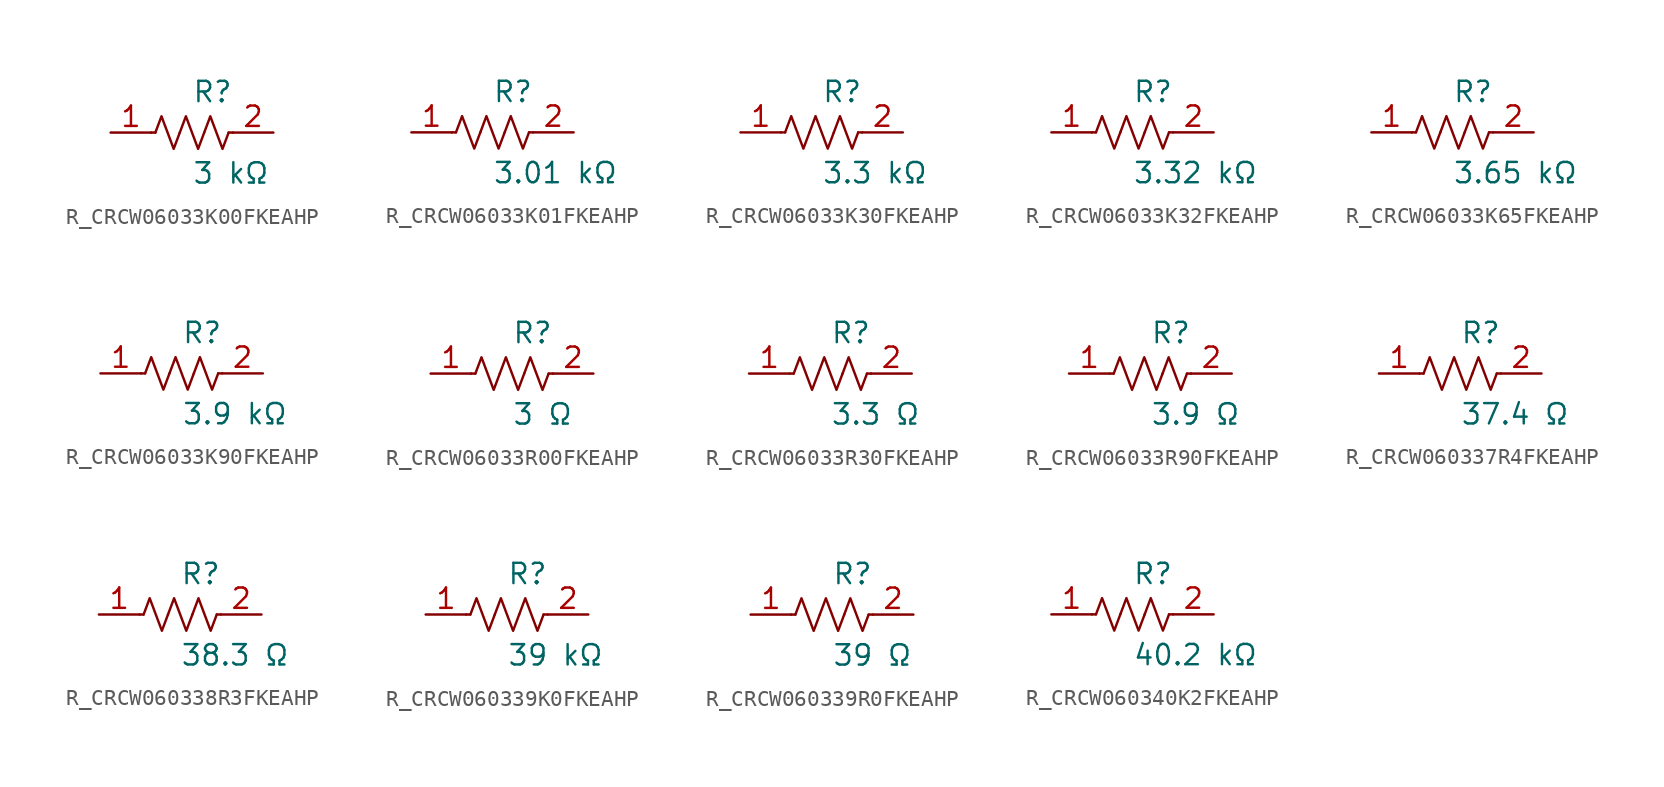
<source format=kicad_sym>
(kicad_symbol_lib
  (version 20231120)
  (generator kicad_symbol_editor)
  (generator_version 8.0)
  (symbol "R_CRCW06033K00FKEAHP"
    (pin_names
      (offset 0.254))
    (property "Reference" "R"
      (at 0.0 2.54 0)
      (effects (font (size 1.27 1.27)) (justify left)))
    (property "Value" "3 kΩ"
      (at 0.0 -2.54 0)
      (effects (font (size 1.27 1.27)) (justify left)))
    (symbol "R_CRCW06033K00FKEAHP_0_1"
      (polyline (pts (xy 2.286 0) (xy 2.54 0)) (stroke (width 0) (type default)) (fill (type none)))
      (polyline (pts (xy -2.286 0) (xy -2.54 0)) (stroke (width 0) (type default)) (fill (type none)))
      (polyline (pts (xy 0.762 0) (xy 1.143 1.016) (xy 1.524 0) (xy 1.905 -1.016) (xy 2.286 0)) (stroke (width 0) (type default)) (fill (type none)))
      (polyline (pts (xy -0.762 0) (xy -0.381 1.016) (xy 0 0) (xy 0.381 -1.016) (xy 0.762 0)) (stroke (width 0) (type default)) (fill (type none)))
      (polyline (pts (xy -2.286 0) (xy -1.905 1.016) (xy -1.524 0) (xy -1.143 -1.016) (xy -0.762 0)) (stroke (width 0) (type default)) (fill (type none))))
    (pin unspecified line
      (at -5.08 0 0)
      (length 2.54)
      (name "" (effects (font (size 1.27 1.27))))
      (number "1" (effects (font (size 1.27 1.27)))))
    (pin unspecified line
      (at 5.08 0 180)
      (length 2.54)
      (name "" (effects (font (size 1.27 1.27))))
      (number "2" (effects (font (size 1.27 1.27))))))
  (symbol "R_CRCW06033K01FKEAHP"
    (pin_names
      (offset 0.254))
    (property "Reference" "R"
      (at 0.0 2.54 0)
      (effects (font (size 1.27 1.27)) (justify left)))
    (property "Value" "3.01 kΩ"
      (at 0.0 -2.54 0)
      (effects (font (size 1.27 1.27)) (justify left)))
    (symbol "R_CRCW06033K01FKEAHP_0_1"
      (polyline (pts (xy 2.286 0) (xy 2.54 0)) (stroke (width 0) (type default)) (fill (type none)))
      (polyline (pts (xy -2.286 0) (xy -2.54 0)) (stroke (width 0) (type default)) (fill (type none)))
      (polyline (pts (xy 0.762 0) (xy 1.143 1.016) (xy 1.524 0) (xy 1.905 -1.016) (xy 2.286 0)) (stroke (width 0) (type default)) (fill (type none)))
      (polyline (pts (xy -0.762 0) (xy -0.381 1.016) (xy 0 0) (xy 0.381 -1.016) (xy 0.762 0)) (stroke (width 0) (type default)) (fill (type none)))
      (polyline (pts (xy -2.286 0) (xy -1.905 1.016) (xy -1.524 0) (xy -1.143 -1.016) (xy -0.762 0)) (stroke (width 0) (type default)) (fill (type none))))
    (pin unspecified line
      (at -5.08 0 0)
      (length 2.54)
      (name "" (effects (font (size 1.27 1.27))))
      (number "1" (effects (font (size 1.27 1.27)))))
    (pin unspecified line
      (at 5.08 0 180)
      (length 2.54)
      (name "" (effects (font (size 1.27 1.27))))
      (number "2" (effects (font (size 1.27 1.27))))))
  (symbol "R_CRCW06033K30FKEAHP"
    (pin_names
      (offset 0.254))
    (property "Reference" "R"
      (at 0.0 2.54 0)
      (effects (font (size 1.27 1.27)) (justify left)))
    (property "Value" "3.3 kΩ"
      (at 0.0 -2.54 0)
      (effects (font (size 1.27 1.27)) (justify left)))
    (symbol "R_CRCW06033K30FKEAHP_0_1"
      (polyline (pts (xy 2.286 0) (xy 2.54 0)) (stroke (width 0) (type default)) (fill (type none)))
      (polyline (pts (xy -2.286 0) (xy -2.54 0)) (stroke (width 0) (type default)) (fill (type none)))
      (polyline (pts (xy 0.762 0) (xy 1.143 1.016) (xy 1.524 0) (xy 1.905 -1.016) (xy 2.286 0)) (stroke (width 0) (type default)) (fill (type none)))
      (polyline (pts (xy -0.762 0) (xy -0.381 1.016) (xy 0 0) (xy 0.381 -1.016) (xy 0.762 0)) (stroke (width 0) (type default)) (fill (type none)))
      (polyline (pts (xy -2.286 0) (xy -1.905 1.016) (xy -1.524 0) (xy -1.143 -1.016) (xy -0.762 0)) (stroke (width 0) (type default)) (fill (type none))))
    (pin unspecified line
      (at -5.08 0 0)
      (length 2.54)
      (name "" (effects (font (size 1.27 1.27))))
      (number "1" (effects (font (size 1.27 1.27)))))
    (pin unspecified line
      (at 5.08 0 180)
      (length 2.54)
      (name "" (effects (font (size 1.27 1.27))))
      (number "2" (effects (font (size 1.27 1.27))))))
  (symbol "R_CRCW06033K32FKEAHP"
    (pin_names
      (offset 0.254))
    (property "Reference" "R"
      (at 0.0 2.54 0)
      (effects (font (size 1.27 1.27)) (justify left)))
    (property "Value" "3.32 kΩ"
      (at 0.0 -2.54 0)
      (effects (font (size 1.27 1.27)) (justify left)))
    (symbol "R_CRCW06033K32FKEAHP_0_1"
      (polyline (pts (xy 2.286 0) (xy 2.54 0)) (stroke (width 0) (type default)) (fill (type none)))
      (polyline (pts (xy -2.286 0) (xy -2.54 0)) (stroke (width 0) (type default)) (fill (type none)))
      (polyline (pts (xy 0.762 0) (xy 1.143 1.016) (xy 1.524 0) (xy 1.905 -1.016) (xy 2.286 0)) (stroke (width 0) (type default)) (fill (type none)))
      (polyline (pts (xy -0.762 0) (xy -0.381 1.016) (xy 0 0) (xy 0.381 -1.016) (xy 0.762 0)) (stroke (width 0) (type default)) (fill (type none)))
      (polyline (pts (xy -2.286 0) (xy -1.905 1.016) (xy -1.524 0) (xy -1.143 -1.016) (xy -0.762 0)) (stroke (width 0) (type default)) (fill (type none))))
    (pin unspecified line
      (at -5.08 0 0)
      (length 2.54)
      (name "" (effects (font (size 1.27 1.27))))
      (number "1" (effects (font (size 1.27 1.27)))))
    (pin unspecified line
      (at 5.08 0 180)
      (length 2.54)
      (name "" (effects (font (size 1.27 1.27))))
      (number "2" (effects (font (size 1.27 1.27))))))
  (symbol "R_CRCW06033K65FKEAHP"
    (pin_names
      (offset 0.254))
    (property "Reference" "R"
      (at 0.0 2.54 0)
      (effects (font (size 1.27 1.27)) (justify left)))
    (property "Value" "3.65 kΩ"
      (at 0.0 -2.54 0)
      (effects (font (size 1.27 1.27)) (justify left)))
    (symbol "R_CRCW06033K65FKEAHP_0_1"
      (polyline (pts (xy 2.286 0) (xy 2.54 0)) (stroke (width 0) (type default)) (fill (type none)))
      (polyline (pts (xy -2.286 0) (xy -2.54 0)) (stroke (width 0) (type default)) (fill (type none)))
      (polyline (pts (xy 0.762 0) (xy 1.143 1.016) (xy 1.524 0) (xy 1.905 -1.016) (xy 2.286 0)) (stroke (width 0) (type default)) (fill (type none)))
      (polyline (pts (xy -0.762 0) (xy -0.381 1.016) (xy 0 0) (xy 0.381 -1.016) (xy 0.762 0)) (stroke (width 0) (type default)) (fill (type none)))
      (polyline (pts (xy -2.286 0) (xy -1.905 1.016) (xy -1.524 0) (xy -1.143 -1.016) (xy -0.762 0)) (stroke (width 0) (type default)) (fill (type none))))
    (pin unspecified line
      (at -5.08 0 0)
      (length 2.54)
      (name "" (effects (font (size 1.27 1.27))))
      (number "1" (effects (font (size 1.27 1.27)))))
    (pin unspecified line
      (at 5.08 0 180)
      (length 2.54)
      (name "" (effects (font (size 1.27 1.27))))
      (number "2" (effects (font (size 1.27 1.27))))))
  (symbol "R_CRCW06033K90FKEAHP"
    (pin_names
      (offset 0.254))
    (property "Reference" "R"
      (at 0.0 2.54 0)
      (effects (font (size 1.27 1.27)) (justify left)))
    (property "Value" "3.9 kΩ"
      (at 0.0 -2.54 0)
      (effects (font (size 1.27 1.27)) (justify left)))
    (symbol "R_CRCW06033K90FKEAHP_0_1"
      (polyline (pts (xy 2.286 0) (xy 2.54 0)) (stroke (width 0) (type default)) (fill (type none)))
      (polyline (pts (xy -2.286 0) (xy -2.54 0)) (stroke (width 0) (type default)) (fill (type none)))
      (polyline (pts (xy 0.762 0) (xy 1.143 1.016) (xy 1.524 0) (xy 1.905 -1.016) (xy 2.286 0)) (stroke (width 0) (type default)) (fill (type none)))
      (polyline (pts (xy -0.762 0) (xy -0.381 1.016) (xy 0 0) (xy 0.381 -1.016) (xy 0.762 0)) (stroke (width 0) (type default)) (fill (type none)))
      (polyline (pts (xy -2.286 0) (xy -1.905 1.016) (xy -1.524 0) (xy -1.143 -1.016) (xy -0.762 0)) (stroke (width 0) (type default)) (fill (type none))))
    (pin unspecified line
      (at -5.08 0 0)
      (length 2.54)
      (name "" (effects (font (size 1.27 1.27))))
      (number "1" (effects (font (size 1.27 1.27)))))
    (pin unspecified line
      (at 5.08 0 180)
      (length 2.54)
      (name "" (effects (font (size 1.27 1.27))))
      (number "2" (effects (font (size 1.27 1.27))))))
  (symbol "R_CRCW06033R00FKEAHP"
    (pin_names
      (offset 0.254))
    (property "Reference" "R"
      (at 0.0 2.54 0)
      (effects (font (size 1.27 1.27)) (justify left)))
    (property "Value" "3 Ω"
      (at 0.0 -2.54 0)
      (effects (font (size 1.27 1.27)) (justify left)))
    (symbol "R_CRCW06033R00FKEAHP_0_1"
      (polyline (pts (xy 2.286 0) (xy 2.54 0)) (stroke (width 0) (type default)) (fill (type none)))
      (polyline (pts (xy -2.286 0) (xy -2.54 0)) (stroke (width 0) (type default)) (fill (type none)))
      (polyline (pts (xy 0.762 0) (xy 1.143 1.016) (xy 1.524 0) (xy 1.905 -1.016) (xy 2.286 0)) (stroke (width 0) (type default)) (fill (type none)))
      (polyline (pts (xy -0.762 0) (xy -0.381 1.016) (xy 0 0) (xy 0.381 -1.016) (xy 0.762 0)) (stroke (width 0) (type default)) (fill (type none)))
      (polyline (pts (xy -2.286 0) (xy -1.905 1.016) (xy -1.524 0) (xy -1.143 -1.016) (xy -0.762 0)) (stroke (width 0) (type default)) (fill (type none))))
    (pin unspecified line
      (at -5.08 0 0)
      (length 2.54)
      (name "" (effects (font (size 1.27 1.27))))
      (number "1" (effects (font (size 1.27 1.27)))))
    (pin unspecified line
      (at 5.08 0 180)
      (length 2.54)
      (name "" (effects (font (size 1.27 1.27))))
      (number "2" (effects (font (size 1.27 1.27))))))
  (symbol "R_CRCW06033R30FKEAHP"
    (pin_names
      (offset 0.254))
    (property "Reference" "R"
      (at 0.0 2.54 0)
      (effects (font (size 1.27 1.27)) (justify left)))
    (property "Value" "3.3 Ω"
      (at 0.0 -2.54 0)
      (effects (font (size 1.27 1.27)) (justify left)))
    (symbol "R_CRCW06033R30FKEAHP_0_1"
      (polyline (pts (xy 2.286 0) (xy 2.54 0)) (stroke (width 0) (type default)) (fill (type none)))
      (polyline (pts (xy -2.286 0) (xy -2.54 0)) (stroke (width 0) (type default)) (fill (type none)))
      (polyline (pts (xy 0.762 0) (xy 1.143 1.016) (xy 1.524 0) (xy 1.905 -1.016) (xy 2.286 0)) (stroke (width 0) (type default)) (fill (type none)))
      (polyline (pts (xy -0.762 0) (xy -0.381 1.016) (xy 0 0) (xy 0.381 -1.016) (xy 0.762 0)) (stroke (width 0) (type default)) (fill (type none)))
      (polyline (pts (xy -2.286 0) (xy -1.905 1.016) (xy -1.524 0) (xy -1.143 -1.016) (xy -0.762 0)) (stroke (width 0) (type default)) (fill (type none))))
    (pin unspecified line
      (at -5.08 0 0)
      (length 2.54)
      (name "" (effects (font (size 1.27 1.27))))
      (number "1" (effects (font (size 1.27 1.27)))))
    (pin unspecified line
      (at 5.08 0 180)
      (length 2.54)
      (name "" (effects (font (size 1.27 1.27))))
      (number "2" (effects (font (size 1.27 1.27))))))
  (symbol "R_CRCW06033R90FKEAHP"
    (pin_names
      (offset 0.254))
    (property "Reference" "R"
      (at 0.0 2.54 0)
      (effects (font (size 1.27 1.27)) (justify left)))
    (property "Value" "3.9 Ω"
      (at 0.0 -2.54 0)
      (effects (font (size 1.27 1.27)) (justify left)))
    (symbol "R_CRCW06033R90FKEAHP_0_1"
      (polyline (pts (xy 2.286 0) (xy 2.54 0)) (stroke (width 0) (type default)) (fill (type none)))
      (polyline (pts (xy -2.286 0) (xy -2.54 0)) (stroke (width 0) (type default)) (fill (type none)))
      (polyline (pts (xy 0.762 0) (xy 1.143 1.016) (xy 1.524 0) (xy 1.905 -1.016) (xy 2.286 0)) (stroke (width 0) (type default)) (fill (type none)))
      (polyline (pts (xy -0.762 0) (xy -0.381 1.016) (xy 0 0) (xy 0.381 -1.016) (xy 0.762 0)) (stroke (width 0) (type default)) (fill (type none)))
      (polyline (pts (xy -2.286 0) (xy -1.905 1.016) (xy -1.524 0) (xy -1.143 -1.016) (xy -0.762 0)) (stroke (width 0) (type default)) (fill (type none))))
    (pin unspecified line
      (at -5.08 0 0)
      (length 2.54)
      (name "" (effects (font (size 1.27 1.27))))
      (number "1" (effects (font (size 1.27 1.27)))))
    (pin unspecified line
      (at 5.08 0 180)
      (length 2.54)
      (name "" (effects (font (size 1.27 1.27))))
      (number "2" (effects (font (size 1.27 1.27))))))
  (symbol "R_CRCW060337R4FKEAHP"
    (pin_names
      (offset 0.254))
    (property "Reference" "R"
      (at 0.0 2.54 0)
      (effects (font (size 1.27 1.27)) (justify left)))
    (property "Value" "37.4 Ω"
      (at 0.0 -2.54 0)
      (effects (font (size 1.27 1.27)) (justify left)))
    (symbol "R_CRCW060337R4FKEAHP_0_1"
      (polyline (pts (xy 2.286 0) (xy 2.54 0)) (stroke (width 0) (type default)) (fill (type none)))
      (polyline (pts (xy -2.286 0) (xy -2.54 0)) (stroke (width 0) (type default)) (fill (type none)))
      (polyline (pts (xy 0.762 0) (xy 1.143 1.016) (xy 1.524 0) (xy 1.905 -1.016) (xy 2.286 0)) (stroke (width 0) (type default)) (fill (type none)))
      (polyline (pts (xy -0.762 0) (xy -0.381 1.016) (xy 0 0) (xy 0.381 -1.016) (xy 0.762 0)) (stroke (width 0) (type default)) (fill (type none)))
      (polyline (pts (xy -2.286 0) (xy -1.905 1.016) (xy -1.524 0) (xy -1.143 -1.016) (xy -0.762 0)) (stroke (width 0) (type default)) (fill (type none))))
    (pin unspecified line
      (at -5.08 0 0)
      (length 2.54)
      (name "" (effects (font (size 1.27 1.27))))
      (number "1" (effects (font (size 1.27 1.27)))))
    (pin unspecified line
      (at 5.08 0 180)
      (length 2.54)
      (name "" (effects (font (size 1.27 1.27))))
      (number "2" (effects (font (size 1.27 1.27))))))
  (symbol "R_CRCW060338R3FKEAHP"
    (pin_names
      (offset 0.254))
    (property "Reference" "R"
      (at 0.0 2.54 0)
      (effects (font (size 1.27 1.27)) (justify left)))
    (property "Value" "38.3 Ω"
      (at 0.0 -2.54 0)
      (effects (font (size 1.27 1.27)) (justify left)))
    (symbol "R_CRCW060338R3FKEAHP_0_1"
      (polyline (pts (xy 2.286 0) (xy 2.54 0)) (stroke (width 0) (type default)) (fill (type none)))
      (polyline (pts (xy -2.286 0) (xy -2.54 0)) (stroke (width 0) (type default)) (fill (type none)))
      (polyline (pts (xy 0.762 0) (xy 1.143 1.016) (xy 1.524 0) (xy 1.905 -1.016) (xy 2.286 0)) (stroke (width 0) (type default)) (fill (type none)))
      (polyline (pts (xy -0.762 0) (xy -0.381 1.016) (xy 0 0) (xy 0.381 -1.016) (xy 0.762 0)) (stroke (width 0) (type default)) (fill (type none)))
      (polyline (pts (xy -2.286 0) (xy -1.905 1.016) (xy -1.524 0) (xy -1.143 -1.016) (xy -0.762 0)) (stroke (width 0) (type default)) (fill (type none))))
    (pin unspecified line
      (at -5.08 0 0)
      (length 2.54)
      (name "" (effects (font (size 1.27 1.27))))
      (number "1" (effects (font (size 1.27 1.27)))))
    (pin unspecified line
      (at 5.08 0 180)
      (length 2.54)
      (name "" (effects (font (size 1.27 1.27))))
      (number "2" (effects (font (size 1.27 1.27))))))
  (symbol "R_CRCW060339K0FKEAHP"
    (pin_names
      (offset 0.254))
    (property "Reference" "R"
      (at 0.0 2.54 0)
      (effects (font (size 1.27 1.27)) (justify left)))
    (property "Value" "39 kΩ"
      (at 0.0 -2.54 0)
      (effects (font (size 1.27 1.27)) (justify left)))
    (symbol "R_CRCW060339K0FKEAHP_0_1"
      (polyline (pts (xy 2.286 0) (xy 2.54 0)) (stroke (width 0) (type default)) (fill (type none)))
      (polyline (pts (xy -2.286 0) (xy -2.54 0)) (stroke (width 0) (type default)) (fill (type none)))
      (polyline (pts (xy 0.762 0) (xy 1.143 1.016) (xy 1.524 0) (xy 1.905 -1.016) (xy 2.286 0)) (stroke (width 0) (type default)) (fill (type none)))
      (polyline (pts (xy -0.762 0) (xy -0.381 1.016) (xy 0 0) (xy 0.381 -1.016) (xy 0.762 0)) (stroke (width 0) (type default)) (fill (type none)))
      (polyline (pts (xy -2.286 0) (xy -1.905 1.016) (xy -1.524 0) (xy -1.143 -1.016) (xy -0.762 0)) (stroke (width 0) (type default)) (fill (type none))))
    (pin unspecified line
      (at -5.08 0 0)
      (length 2.54)
      (name "" (effects (font (size 1.27 1.27))))
      (number "1" (effects (font (size 1.27 1.27)))))
    (pin unspecified line
      (at 5.08 0 180)
      (length 2.54)
      (name "" (effects (font (size 1.27 1.27))))
      (number "2" (effects (font (size 1.27 1.27))))))
  (symbol "R_CRCW060339R0FKEAHP"
    (pin_names
      (offset 0.254))
    (property "Reference" "R"
      (at 0.0 2.54 0)
      (effects (font (size 1.27 1.27)) (justify left)))
    (property "Value" "39 Ω"
      (at 0.0 -2.54 0)
      (effects (font (size 1.27 1.27)) (justify left)))
    (symbol "R_CRCW060339R0FKEAHP_0_1"
      (polyline (pts (xy 2.286 0) (xy 2.54 0)) (stroke (width 0) (type default)) (fill (type none)))
      (polyline (pts (xy -2.286 0) (xy -2.54 0)) (stroke (width 0) (type default)) (fill (type none)))
      (polyline (pts (xy 0.762 0) (xy 1.143 1.016) (xy 1.524 0) (xy 1.905 -1.016) (xy 2.286 0)) (stroke (width 0) (type default)) (fill (type none)))
      (polyline (pts (xy -0.762 0) (xy -0.381 1.016) (xy 0 0) (xy 0.381 -1.016) (xy 0.762 0)) (stroke (width 0) (type default)) (fill (type none)))
      (polyline (pts (xy -2.286 0) (xy -1.905 1.016) (xy -1.524 0) (xy -1.143 -1.016) (xy -0.762 0)) (stroke (width 0) (type default)) (fill (type none))))
    (pin unspecified line
      (at -5.08 0 0)
      (length 2.54)
      (name "" (effects (font (size 1.27 1.27))))
      (number "1" (effects (font (size 1.27 1.27)))))
    (pin unspecified line
      (at 5.08 0 180)
      (length 2.54)
      (name "" (effects (font (size 1.27 1.27))))
      (number "2" (effects (font (size 1.27 1.27))))))
  (symbol "R_CRCW060340K2FKEAHP"
    (pin_names
      (offset 0.254))
    (property "Reference" "R"
      (at 0.0 2.54 0)
      (effects (font (size 1.27 1.27)) (justify left)))
    (property "Value" "40.2 kΩ"
      (at 0.0 -2.54 0)
      (effects (font (size 1.27 1.27)) (justify left)))
    (symbol "R_CRCW060340K2FKEAHP_0_1"
      (polyline (pts (xy 2.286 0) (xy 2.54 0)) (stroke (width 0) (type default)) (fill (type none)))
      (polyline (pts (xy -2.286 0) (xy -2.54 0)) (stroke (width 0) (type default)) (fill (type none)))
      (polyline (pts (xy 0.762 0) (xy 1.143 1.016) (xy 1.524 0) (xy 1.905 -1.016) (xy 2.286 0)) (stroke (width 0) (type default)) (fill (type none)))
      (polyline (pts (xy -0.762 0) (xy -0.381 1.016) (xy 0 0) (xy 0.381 -1.016) (xy 0.762 0)) (stroke (width 0) (type default)) (fill (type none)))
      (polyline (pts (xy -2.286 0) (xy -1.905 1.016) (xy -1.524 0) (xy -1.143 -1.016) (xy -0.762 0)) (stroke (width 0) (type default)) (fill (type none))))
    (pin unspecified line
      (at -5.08 0 0)
      (length 2.54)
      (name "" (effects (font (size 1.27 1.27))))
      (number "1" (effects (font (size 1.27 1.27)))))
    (pin unspecified line
      (at 5.08 0 180)
      (length 2.54)
      (name "" (effects (font (size 1.27 1.27))))
      (number "2" (effects (font (size 1.27 1.27)))))))
</source>
